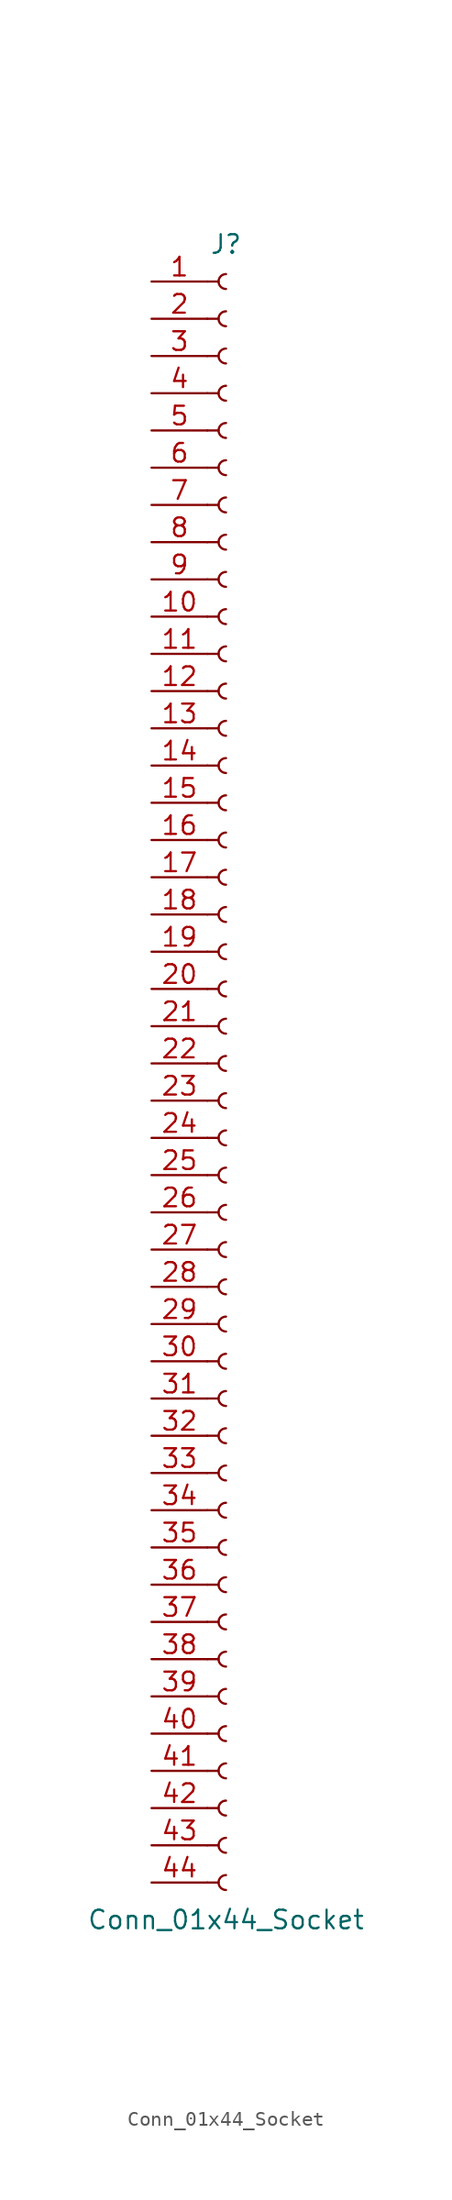
<source format=kicad_sym>
(kicad_symbol_lib
  (version 20220914)
  (generator kicad_symbol_editor)
  (symbol "Conn_01x44_Socket"
    (pin_names
      (offset 1.016) hide)
    (property "Reference" "J"
      (at 0 55.88 0)
      (effects (font (size 1.27 1.27))))
    (property "Value" "Conn_01x44_Socket"
      (at 0 -58.42 0)
      (effects (font (size 1.27 1.27))))
    (property "ki_locked" ""
      (at 0 0 0)
      (effects (font (size 1.27 1.27))))
    (symbol "Conn_01x44_Socket_1_1"
      (arc (start 0 -55.372) (mid -0.5058 -55.88) (end 0 -56.388) (stroke (width 0.1524) (type default)) (fill (type none)))
      (arc (start 0 -52.832) (mid -0.5058 -53.34) (end 0 -53.848) (stroke (width 0.1524) (type default)) (fill (type none)))
      (arc (start 0 -50.292) (mid -0.5058 -50.8) (end 0 -51.308) (stroke (width 0.1524) (type default)) (fill (type none)))
      (arc (start 0 -47.752) (mid -0.5058 -48.26) (end 0 -48.768) (stroke (width 0.1524) (type default)) (fill (type none)))
      (arc (start 0 -45.212) (mid -0.5058 -45.72) (end 0 -46.228) (stroke (width 0.1524) (type default)) (fill (type none)))
      (arc (start 0 -42.672) (mid -0.5058 -43.18) (end 0 -43.688) (stroke (width 0.1524) (type default)) (fill (type none)))
      (arc (start 0 -40.132) (mid -0.5058 -40.64) (end 0 -41.148) (stroke (width 0.1524) (type default)) (fill (type none)))
      (arc (start 0 -37.592) (mid -0.5058 -38.1) (end 0 -38.608) (stroke (width 0.1524) (type default)) (fill (type none)))
      (arc (start 0 -35.052) (mid -0.5058 -35.56) (end 0 -36.068) (stroke (width 0.1524) (type default)) (fill (type none)))
      (arc (start 0 -32.512) (mid -0.5058 -33.02) (end 0 -33.528) (stroke (width 0.1524) (type default)) (fill (type none)))
      (arc (start 0 -29.972) (mid -0.5058 -30.48) (end 0 -30.988) (stroke (width 0.1524) (type default)) (fill (type none)))
      (arc (start 0 -27.432) (mid -0.5058 -27.94) (end 0 -28.448) (stroke (width 0.1524) (type default)) (fill (type none)))
      (arc (start 0 -24.892) (mid -0.5058 -25.4) (end 0 -25.908) (stroke (width 0.1524) (type default)) (fill (type none)))
      (arc (start 0 -22.352) (mid -0.5058 -22.86) (end 0 -23.368) (stroke (width 0.1524) (type default)) (fill (type none)))
      (arc (start 0 -19.812) (mid -0.5058 -20.32) (end 0 -20.828) (stroke (width 0.1524) (type default)) (fill (type none)))
      (arc (start 0 -17.272) (mid -0.5058 -17.78) (end 0 -18.288) (stroke (width 0.1524) (type default)) (fill (type none)))
      (arc (start 0 -14.732) (mid -0.5058 -15.24) (end 0 -15.748) (stroke (width 0.1524) (type default)) (fill (type none)))
      (arc (start 0 -12.192) (mid -0.5058 -12.7) (end 0 -13.208) (stroke (width 0.1524) (type default)) (fill (type none)))
      (arc (start 0 -9.652) (mid -0.5058 -10.16) (end 0 -10.668) (stroke (width 0.1524) (type default)) (fill (type none)))
      (arc (start 0 -7.112) (mid -0.5058 -7.62) (end 0 -8.128) (stroke (width 0.1524) (type default)) (fill (type none)))
      (arc (start 0 -4.572) (mid -0.5058 -5.08) (end 0 -5.588) (stroke (width 0.1524) (type default)) (fill (type none)))
      (arc (start 0 -2.032) (mid -0.5058 -2.54) (end 0 -3.048) (stroke (width 0.1524) (type default)) (fill (type none)))
      (polyline (pts (xy -1.27 -55.88) (xy -0.508 -55.88)) (stroke (width 0.152) (type default)) (fill (type none)))
      (polyline (pts (xy -1.27 -53.34) (xy -0.508 -53.34)) (stroke (width 0.152) (type default)) (fill (type none)))
      (polyline (pts (xy -1.27 -50.8) (xy -0.508 -50.8)) (stroke (width 0.152) (type default)) (fill (type none)))
      (polyline (pts (xy -1.27 -48.26) (xy -0.508 -48.26)) (stroke (width 0.152) (type default)) (fill (type none)))
      (polyline (pts (xy -1.27 -45.72) (xy -0.508 -45.72)) (stroke (width 0.152) (type default)) (fill (type none)))
      (polyline (pts (xy -1.27 -43.18) (xy -0.508 -43.18)) (stroke (width 0.152) (type default)) (fill (type none)))
      (polyline (pts (xy -1.27 -40.64) (xy -0.508 -40.64)) (stroke (width 0.152) (type default)) (fill (type none)))
      (polyline (pts (xy -1.27 -38.1) (xy -0.508 -38.1)) (stroke (width 0.152) (type default)) (fill (type none)))
      (polyline (pts (xy -1.27 -35.56) (xy -0.508 -35.56)) (stroke (width 0.152) (type default)) (fill (type none)))
      (polyline (pts (xy -1.27 -33.02) (xy -0.508 -33.02)) (stroke (width 0.152) (type default)) (fill (type none)))
      (polyline (pts (xy -1.27 -30.48) (xy -0.508 -30.48)) (stroke (width 0.152) (type default)) (fill (type none)))
      (polyline (pts (xy -1.27 -27.94) (xy -0.508 -27.94)) (stroke (width 0.152) (type default)) (fill (type none)))
      (polyline (pts (xy -1.27 -25.4) (xy -0.508 -25.4)) (stroke (width 0.152) (type default)) (fill (type none)))
      (polyline (pts (xy -1.27 -22.86) (xy -0.508 -22.86)) (stroke (width 0.152) (type default)) (fill (type none)))
      (polyline (pts (xy -1.27 -20.32) (xy -0.508 -20.32)) (stroke (width 0.152) (type default)) (fill (type none)))
      (polyline (pts (xy -1.27 -17.78) (xy -0.508 -17.78)) (stroke (width 0.152) (type default)) (fill (type none)))
      (polyline (pts (xy -1.27 -15.24) (xy -0.508 -15.24)) (stroke (width 0.152) (type default)) (fill (type none)))
      (polyline (pts (xy -1.27 -12.7) (xy -0.508 -12.7)) (stroke (width 0.152) (type default)) (fill (type none)))
      (polyline (pts (xy -1.27 -10.16) (xy -0.508 -10.16)) (stroke (width 0.152) (type default)) (fill (type none)))
      (polyline (pts (xy -1.27 -7.62) (xy -0.508 -7.62)) (stroke (width 0.152) (type default)) (fill (type none)))
      (polyline (pts (xy -1.27 -5.08) (xy -0.508 -5.08)) (stroke (width 0.152) (type default)) (fill (type none)))
      (polyline (pts (xy -1.27 -2.54) (xy -0.508 -2.54)) (stroke (width 0.152) (type default)) (fill (type none)))
      (polyline (pts (xy -1.27 0) (xy -0.508 0)) (stroke (width 0.152) (type default)) (fill (type none)))
      (polyline (pts (xy -1.27 2.54) (xy -0.508 2.54)) (stroke (width 0.152) (type default)) (fill (type none)))
      (polyline (pts (xy -1.27 5.08) (xy -0.508 5.08)) (stroke (width 0.152) (type default)) (fill (type none)))
      (polyline (pts (xy -1.27 7.62) (xy -0.508 7.62)) (stroke (width 0.152) (type default)) (fill (type none)))
      (polyline (pts (xy -1.27 10.16) (xy -0.508 10.16)) (stroke (width 0.152) (type default)) (fill (type none)))
      (polyline (pts (xy -1.27 12.7) (xy -0.508 12.7)) (stroke (width 0.152) (type default)) (fill (type none)))
      (polyline (pts (xy -1.27 15.24) (xy -0.508 15.24)) (stroke (width 0.152) (type default)) (fill (type none)))
      (polyline (pts (xy -1.27 17.78) (xy -0.508 17.78)) (stroke (width 0.152) (type default)) (fill (type none)))
      (polyline (pts (xy -1.27 20.32) (xy -0.508 20.32)) (stroke (width 0.152) (type default)) (fill (type none)))
      (polyline (pts (xy -1.27 22.86) (xy -0.508 22.86)) (stroke (width 0.152) (type default)) (fill (type none)))
      (polyline (pts (xy -1.27 25.4) (xy -0.508 25.4)) (stroke (width 0.152) (type default)) (fill (type none)))
      (polyline (pts (xy -1.27 27.94) (xy -0.508 27.94)) (stroke (width 0.152) (type default)) (fill (type none)))
      (polyline (pts (xy -1.27 30.48) (xy -0.508 30.48)) (stroke (width 0.152) (type default)) (fill (type none)))
      (polyline (pts (xy -1.27 33.02) (xy -0.508 33.02)) (stroke (width 0.152) (type default)) (fill (type none)))
      (polyline (pts (xy -1.27 35.56) (xy -0.508 35.56)) (stroke (width 0.152) (type default)) (fill (type none)))
      (polyline (pts (xy -1.27 38.1) (xy -0.508 38.1)) (stroke (width 0.152) (type default)) (fill (type none)))
      (polyline (pts (xy -1.27 40.64) (xy -0.508 40.64)) (stroke (width 0.152) (type default)) (fill (type none)))
      (polyline (pts (xy -1.27 43.18) (xy -0.508 43.18)) (stroke (width 0.152) (type default)) (fill (type none)))
      (polyline (pts (xy -1.27 45.72) (xy -0.508 45.72)) (stroke (width 0.152) (type default)) (fill (type none)))
      (polyline (pts (xy -1.27 48.26) (xy -0.508 48.26)) (stroke (width 0.152) (type default)) (fill (type none)))
      (polyline (pts (xy -1.27 50.8) (xy -0.508 50.8)) (stroke (width 0.152) (type default)) (fill (type none)))
      (polyline (pts (xy -1.27 53.34) (xy -0.508 53.34)) (stroke (width 0.152) (type default)) (fill (type none)))
      (arc (start 0 0.508) (mid -0.5058 0) (end 0 -0.508) (stroke (width 0.1524) (type default)) (fill (type none)))
      (arc (start 0 3.048) (mid -0.5058 2.54) (end 0 2.032) (stroke (width 0.1524) (type default)) (fill (type none)))
      (arc (start 0 5.588) (mid -0.5058 5.08) (end 0 4.572) (stroke (width 0.1524) (type default)) (fill (type none)))
      (arc (start 0 8.128) (mid -0.5058 7.62) (end 0 7.112) (stroke (width 0.1524) (type default)) (fill (type none)))
      (arc (start 0 10.668) (mid -0.5058 10.16) (end 0 9.652) (stroke (width 0.1524) (type default)) (fill (type none)))
      (arc (start 0 13.208) (mid -0.5058 12.7) (end 0 12.192) (stroke (width 0.1524) (type default)) (fill (type none)))
      (arc (start 0 15.748) (mid -0.5058 15.24) (end 0 14.732) (stroke (width 0.1524) (type default)) (fill (type none)))
      (arc (start 0 18.288) (mid -0.5058 17.78) (end 0 17.272) (stroke (width 0.1524) (type default)) (fill (type none)))
      (arc (start 0 20.828) (mid -0.5058 20.32) (end 0 19.812) (stroke (width 0.1524) (type default)) (fill (type none)))
      (arc (start 0 23.368) (mid -0.5058 22.86) (end 0 22.352) (stroke (width 0.1524) (type default)) (fill (type none)))
      (arc (start 0 25.908) (mid -0.5058 25.4) (end 0 24.892) (stroke (width 0.1524) (type default)) (fill (type none)))
      (arc (start 0 28.448) (mid -0.5058 27.94) (end 0 27.432) (stroke (width 0.1524) (type default)) (fill (type none)))
      (arc (start 0 30.988) (mid -0.5058 30.48) (end 0 29.972) (stroke (width 0.1524) (type default)) (fill (type none)))
      (arc (start 0 33.528) (mid -0.5058 33.02) (end 0 32.512) (stroke (width 0.1524) (type default)) (fill (type none)))
      (arc (start 0 36.068) (mid -0.5058 35.56) (end 0 35.052) (stroke (width 0.1524) (type default)) (fill (type none)))
      (arc (start 0 38.608) (mid -0.5058 38.1) (end 0 37.592) (stroke (width 0.1524) (type default)) (fill (type none)))
      (arc (start 0 41.148) (mid -0.5058 40.64) (end 0 40.132) (stroke (width 0.1524) (type default)) (fill (type none)))
      (arc (start 0 43.688) (mid -0.5058 43.18) (end 0 42.672) (stroke (width 0.1524) (type default)) (fill (type none)))
      (arc (start 0 46.228) (mid -0.5058 45.72) (end 0 45.212) (stroke (width 0.1524) (type default)) (fill (type none)))
      (arc (start 0 48.768) (mid -0.5058 48.26) (end 0 47.752) (stroke (width 0.1524) (type default)) (fill (type none)))
      (arc (start 0 51.308) (mid -0.5058 50.8) (end 0 50.292) (stroke (width 0.1524) (type default)) (fill (type none)))
      (arc (start 0 53.848) (mid -0.5058 53.34) (end 0 52.832) (stroke (width 0.1524) (type default)) (fill (type none)))
      (pin passive line (at -5.08 53.34 0) (length 3.81) (name "Pin_1" (effects (font (size 1.27 1.27)))) (number "1" (effects (font (size 1.27 1.27)))))
      (pin passive line (at -5.08 30.48 0) (length 3.81) (name "Pin_10" (effects (font (size 1.27 1.27)))) (number "10" (effects (font (size 1.27 1.27)))))
      (pin passive line (at -5.08 27.94 0) (length 3.81) (name "Pin_11" (effects (font (size 1.27 1.27)))) (number "11" (effects (font (size 1.27 1.27)))))
      (pin passive line (at -5.08 25.4 0) (length 3.81) (name "Pin_12" (effects (font (size 1.27 1.27)))) (number "12" (effects (font (size 1.27 1.27)))))
      (pin passive line (at -5.08 22.86 0) (length 3.81) (name "Pin_13" (effects (font (size 1.27 1.27)))) (number "13" (effects (font (size 1.27 1.27)))))
      (pin passive line (at -5.08 20.32 0) (length 3.81) (name "Pin_14" (effects (font (size 1.27 1.27)))) (number "14" (effects (font (size 1.27 1.27)))))
      (pin passive line (at -5.08 17.78 0) (length 3.81) (name "Pin_15" (effects (font (size 1.27 1.27)))) (number "15" (effects (font (size 1.27 1.27)))))
      (pin passive line (at -5.08 15.24 0) (length 3.81) (name "Pin_16" (effects (font (size 1.27 1.27)))) (number "16" (effects (font (size 1.27 1.27)))))
      (pin passive line (at -5.08 12.7 0) (length 3.81) (name "Pin_17" (effects (font (size 1.27 1.27)))) (number "17" (effects (font (size 1.27 1.27)))))
      (pin passive line (at -5.08 10.16 0) (length 3.81) (name "Pin_18" (effects (font (size 1.27 1.27)))) (number "18" (effects (font (size 1.27 1.27)))))
      (pin passive line (at -5.08 7.62 0) (length 3.81) (name "Pin_19" (effects (font (size 1.27 1.27)))) (number "19" (effects (font (size 1.27 1.27)))))
      (pin passive line (at -5.08 50.8 0) (length 3.81) (name "Pin_2" (effects (font (size 1.27 1.27)))) (number "2" (effects (font (size 1.27 1.27)))))
      (pin passive line (at -5.08 5.08 0) (length 3.81) (name "Pin_20" (effects (font (size 1.27 1.27)))) (number "20" (effects (font (size 1.27 1.27)))))
      (pin passive line (at -5.08 2.54 0) (length 3.81) (name "Pin_21" (effects (font (size 1.27 1.27)))) (number "21" (effects (font (size 1.27 1.27)))))
      (pin passive line (at -5.08 0 0) (length 3.81) (name "Pin_22" (effects (font (size 1.27 1.27)))) (number "22" (effects (font (size 1.27 1.27)))))
      (pin passive line (at -5.08 -2.54 0) (length 3.81) (name "Pin_23" (effects (font (size 1.27 1.27)))) (number "23" (effects (font (size 1.27 1.27)))))
      (pin passive line (at -5.08 -5.08 0) (length 3.81) (name "Pin_24" (effects (font (size 1.27 1.27)))) (number "24" (effects (font (size 1.27 1.27)))))
      (pin passive line (at -5.08 -7.62 0) (length 3.81) (name "Pin_25" (effects (font (size 1.27 1.27)))) (number "25" (effects (font (size 1.27 1.27)))))
      (pin passive line (at -5.08 -10.16 0) (length 3.81) (name "Pin_26" (effects (font (size 1.27 1.27)))) (number "26" (effects (font (size 1.27 1.27)))))
      (pin passive line (at -5.08 -12.7 0) (length 3.81) (name "Pin_27" (effects (font (size 1.27 1.27)))) (number "27" (effects (font (size 1.27 1.27)))))
      (pin passive line (at -5.08 -15.24 0) (length 3.81) (name "Pin_28" (effects (font (size 1.27 1.27)))) (number "28" (effects (font (size 1.27 1.27)))))
      (pin passive line (at -5.08 -17.78 0) (length 3.81) (name "Pin_29" (effects (font (size 1.27 1.27)))) (number "29" (effects (font (size 1.27 1.27)))))
      (pin passive line (at -5.08 48.26 0) (length 3.81) (name "Pin_3" (effects (font (size 1.27 1.27)))) (number "3" (effects (font (size 1.27 1.27)))))
      (pin passive line (at -5.08 -20.32 0) (length 3.81) (name "Pin_30" (effects (font (size 1.27 1.27)))) (number "30" (effects (font (size 1.27 1.27)))))
      (pin passive line (at -5.08 -22.86 0) (length 3.81) (name "Pin_31" (effects (font (size 1.27 1.27)))) (number "31" (effects (font (size 1.27 1.27)))))
      (pin passive line (at -5.08 -25.4 0) (length 3.81) (name "Pin_32" (effects (font (size 1.27 1.27)))) (number "32" (effects (font (size 1.27 1.27)))))
      (pin passive line (at -5.08 -27.94 0) (length 3.81) (name "Pin_33" (effects (font (size 1.27 1.27)))) (number "33" (effects (font (size 1.27 1.27)))))
      (pin passive line (at -5.08 -30.48 0) (length 3.81) (name "Pin_34" (effects (font (size 1.27 1.27)))) (number "34" (effects (font (size 1.27 1.27)))))
      (pin passive line (at -5.08 -33.02 0) (length 3.81) (name "Pin_35" (effects (font (size 1.27 1.27)))) (number "35" (effects (font (size 1.27 1.27)))))
      (pin passive line (at -5.08 -35.56 0) (length 3.81) (name "Pin_36" (effects (font (size 1.27 1.27)))) (number "36" (effects (font (size 1.27 1.27)))))
      (pin passive line (at -5.08 -38.1 0) (length 3.81) (name "Pin_37" (effects (font (size 1.27 1.27)))) (number "37" (effects (font (size 1.27 1.27)))))
      (pin passive line (at -5.08 -40.64 0) (length 3.81) (name "Pin_38" (effects (font (size 1.27 1.27)))) (number "38" (effects (font (size 1.27 1.27)))))
      (pin passive line (at -5.08 -43.18 0) (length 3.81) (name "Pin_39" (effects (font (size 1.27 1.27)))) (number "39" (effects (font (size 1.27 1.27)))))
      (pin passive line (at -5.08 45.72 0) (length 3.81) (name "Pin_4" (effects (font (size 1.27 1.27)))) (number "4" (effects (font (size 1.27 1.27)))))
      (pin passive line (at -5.08 -45.72 0) (length 3.81) (name "Pin_40" (effects (font (size 1.27 1.27)))) (number "40" (effects (font (size 1.27 1.27)))))
      (pin passive line (at -5.08 -48.26 0) (length 3.81) (name "Pin_41" (effects (font (size 1.27 1.27)))) (number "41" (effects (font (size 1.27 1.27)))))
      (pin passive line (at -5.08 -50.8 0) (length 3.81) (name "Pin_42" (effects (font (size 1.27 1.27)))) (number "42" (effects (font (size 1.27 1.27)))))
      (pin passive line (at -5.08 -53.34 0) (length 3.81) (name "Pin_43" (effects (font (size 1.27 1.27)))) (number "43" (effects (font (size 1.27 1.27)))))
      (pin passive line (at -5.08 -55.88 0) (length 3.81) (name "Pin_44" (effects (font (size 1.27 1.27)))) (number "44" (effects (font (size 1.27 1.27)))))
      (pin passive line (at -5.08 43.18 0) (length 3.81) (name "Pin_5" (effects (font (size 1.27 1.27)))) (number "5" (effects (font (size 1.27 1.27)))))
      (pin passive line (at -5.08 40.64 0) (length 3.81) (name "Pin_6" (effects (font (size 1.27 1.27)))) (number "6" (effects (font (size 1.27 1.27)))))
      (pin passive line (at -5.08 38.1 0) (length 3.81) (name "Pin_7" (effects (font (size 1.27 1.27)))) (number "7" (effects (font (size 1.27 1.27)))))
      (pin passive line (at -5.08 35.56 0) (length 3.81) (name "Pin_8" (effects (font (size 1.27 1.27)))) (number "8" (effects (font (size 1.27 1.27)))))
      (pin passive line (at -5.08 33.02 0) (length 3.81) (name "Pin_9" (effects (font (size 1.27 1.27)))) (number "9" (effects (font (size 1.27 1.27))))))))
</source>
